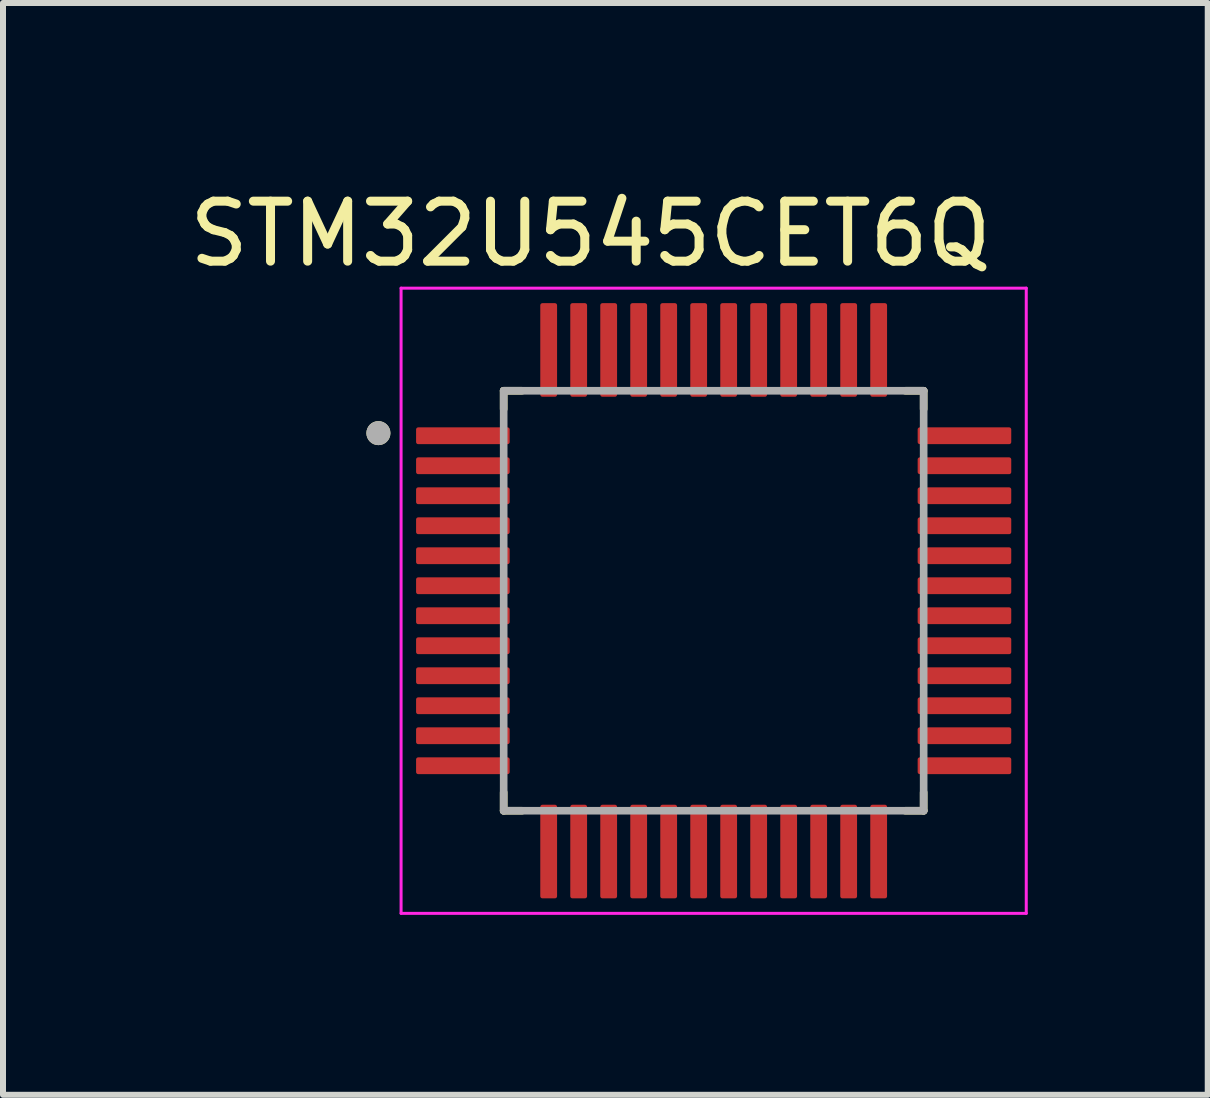
<source format=kicad_pcb>
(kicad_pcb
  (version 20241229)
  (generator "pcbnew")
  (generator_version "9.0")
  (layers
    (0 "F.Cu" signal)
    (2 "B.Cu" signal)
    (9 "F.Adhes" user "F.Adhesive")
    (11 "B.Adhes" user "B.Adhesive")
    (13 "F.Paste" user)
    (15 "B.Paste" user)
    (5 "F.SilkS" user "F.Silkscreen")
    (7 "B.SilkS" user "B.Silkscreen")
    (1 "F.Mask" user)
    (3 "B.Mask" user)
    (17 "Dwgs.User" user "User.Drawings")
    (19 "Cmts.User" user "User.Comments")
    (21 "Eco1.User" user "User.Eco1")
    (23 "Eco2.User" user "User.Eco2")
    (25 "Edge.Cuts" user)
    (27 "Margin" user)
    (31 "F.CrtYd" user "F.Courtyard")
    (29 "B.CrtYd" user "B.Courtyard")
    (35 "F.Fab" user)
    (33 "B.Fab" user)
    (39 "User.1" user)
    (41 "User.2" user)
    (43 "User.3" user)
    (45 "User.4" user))
  (footprint "STM32U545CET6Q"
    (layer "F.Cu")
    (at 8.845 6.963)
    (property "Reference" "STM32U545CET6Q" (at -2.053 -6.115 0) (layer "F.SilkS") (effects (font (size 1 1) (thickness 0.15))))
    (attr smd)
    (fp_line (start -3.5 -3.5) (end -3.5 -3.195) (stroke (width 0.127) (type solid)) (layer "F.SilkS"))
    (fp_line (start -3.5 -3.5) (end -3.195 -3.5) (stroke (width 0.127) (type solid)) (layer "F.SilkS"))
    (fp_line (start -3.5 3.5) (end -3.5 3.195) (stroke (width 0.127) (type solid)) (layer "F.SilkS"))
    (fp_line (start -3.5 3.5) (end -3.195 3.5) (stroke (width 0.127) (type solid)) (layer "F.SilkS"))
    (fp_line (start 3.5 -3.5) (end 3.195 -3.5) (stroke (width 0.127) (type solid)) (layer "F.SilkS"))
    (fp_line (start 3.5 -3.5) (end 3.5 -3.195) (stroke (width 0.127) (type solid)) (layer "F.SilkS"))
    (fp_line (start 3.5 3.5) (end 3.195 3.5) (stroke (width 0.127) (type solid)) (layer "F.SilkS"))
    (fp_line (start 3.5 3.5) (end 3.5 3.195) (stroke (width 0.127) (type solid)) (layer "F.SilkS"))
    (fp_circle (center -5.588 -2.794) (end -5.488 -2.794) (stroke (width 0.2) (type solid)) (fill no) (layer "F.SilkS"))
    (fp_line (start -5.21 -5.21) (end 5.21 -5.21) (stroke (width 0.05) (type solid)) (layer "F.CrtYd"))
    (fp_line (start -5.21 5.21) (end -5.21 -5.21) (stroke (width 0.05) (type solid)) (layer "F.CrtYd"))
    (fp_line (start -5.21 5.21) (end 5.21 5.21) (stroke (width 0.05) (type solid)) (layer "F.CrtYd"))
    (fp_line (start 5.21 5.21) (end 5.21 -5.21) (stroke (width 0.05) (type solid)) (layer "F.CrtYd"))
    (fp_line (start -3.5 3.5) (end -3.5 -3.5) (stroke (width 0.127) (type solid)) (layer "F.Fab"))
    (fp_line (start 3.5 -3.5) (end -3.5 -3.5) (stroke (width 0.127) (type solid)) (layer "F.Fab"))
    (fp_line (start 3.5 3.5) (end -3.5 3.5) (stroke (width 0.127) (type solid)) (layer "F.Fab"))
    (fp_line (start 3.5 3.5) (end 3.5 -3.5) (stroke (width 0.127) (type solid)) (layer "F.Fab"))
    (fp_circle (center -5.588 -2.794) (end -5.488 -2.794) (stroke (width 0.2) (type solid)) (fill no) (layer "F.Fab"))
    (pad "1" smd roundrect (at -4.18 -2.75) (size 1.56 0.28) (layers "F.Cu" "F.Mask" "F.Paste") (roundrect_rratio 0.125))
    (pad "2" smd roundrect (at -4.18 -2.25) (size 1.56 0.28) (layers "F.Cu" "F.Mask" "F.Paste") (roundrect_rratio 0.125))
    (pad "3" smd roundrect (at -4.18 -1.75) (size 1.56 0.28) (layers "F.Cu" "F.Mask" "F.Paste") (roundrect_rratio 0.125))
    (pad "4" smd roundrect (at -4.18 -1.25) (size 1.56 0.28) (layers "F.Cu" "F.Mask" "F.Paste") (roundrect_rratio 0.125))
    (pad "5" smd roundrect (at -4.18 -0.75) (size 1.56 0.28) (layers "F.Cu" "F.Mask" "F.Paste") (roundrect_rratio 0.125))
    (pad "6" smd roundrect (at -4.18 -0.25) (size 1.56 0.28) (layers "F.Cu" "F.Mask" "F.Paste") (roundrect_rratio 0.125))
    (pad "7" smd roundrect (at -4.18 0.25) (size 1.56 0.28) (layers "F.Cu" "F.Mask" "F.Paste") (roundrect_rratio 0.125))
    (pad "8" smd roundrect (at -4.18 0.75) (size 1.56 0.28) (layers "F.Cu" "F.Mask" "F.Paste") (roundrect_rratio 0.125))
    (pad "9" smd roundrect (at -4.18 1.25) (size 1.56 0.28) (layers "F.Cu" "F.Mask" "F.Paste") (roundrect_rratio 0.125))
    (pad "10" smd roundrect (at -4.18 1.75) (size 1.56 0.28) (layers "F.Cu" "F.Mask" "F.Paste") (roundrect_rratio 0.125))
    (pad "11" smd roundrect (at -4.18 2.25) (size 1.56 0.28) (layers "F.Cu" "F.Mask" "F.Paste") (roundrect_rratio 0.125))
    (pad "12" smd roundrect (at -4.18 2.75) (size 1.56 0.28) (layers "F.Cu" "F.Mask" "F.Paste") (roundrect_rratio 0.125))
    (pad "13" smd roundrect (at -2.75 4.18) (size 0.28 1.56) (layers "F.Cu" "F.Mask" "F.Paste") (roundrect_rratio 0.125))
    (pad "14" smd roundrect (at -2.25 4.18) (size 0.28 1.56) (layers "F.Cu" "F.Mask" "F.Paste") (roundrect_rratio 0.125))
    (pad "15" smd roundrect (at -1.75 4.18) (size 0.28 1.56) (layers "F.Cu" "F.Mask" "F.Paste") (roundrect_rratio 0.125))
    (pad "16" smd roundrect (at -1.25 4.18) (size 0.28 1.56) (layers "F.Cu" "F.Mask" "F.Paste") (roundrect_rratio 0.125))
    (pad "17" smd roundrect (at -0.75 4.18) (size 0.28 1.56) (layers "F.Cu" "F.Mask" "F.Paste") (roundrect_rratio 0.125))
    (pad "18" smd roundrect (at -0.25 4.18) (size 0.28 1.56) (layers "F.Cu" "F.Mask" "F.Paste") (roundrect_rratio 0.125))
    (pad "19" smd roundrect (at 0.25 4.18) (size 0.28 1.56) (layers "F.Cu" "F.Mask" "F.Paste") (roundrect_rratio 0.125))
    (pad "20" smd roundrect (at 0.75 4.18) (size 0.28 1.56) (layers "F.Cu" "F.Mask" "F.Paste") (roundrect_rratio 0.125))
    (pad "21" smd roundrect (at 1.25 4.18) (size 0.28 1.56) (layers "F.Cu" "F.Mask" "F.Paste") (roundrect_rratio 0.125))
    (pad "22" smd roundrect (at 1.75 4.18) (size 0.28 1.56) (layers "F.Cu" "F.Mask" "F.Paste") (roundrect_rratio 0.125))
    (pad "23" smd roundrect (at 2.25 4.18) (size 0.28 1.56) (layers "F.Cu" "F.Mask" "F.Paste") (roundrect_rratio 0.125))
    (pad "24" smd roundrect (at 2.75 4.18) (size 0.28 1.56) (layers "F.Cu" "F.Mask" "F.Paste") (roundrect_rratio 0.125))
    (pad "25" smd roundrect (at 4.18 2.75) (size 1.56 0.28) (layers "F.Cu" "F.Mask" "F.Paste") (roundrect_rratio 0.125))
    (pad "26" smd roundrect (at 4.18 2.25) (size 1.56 0.28) (layers "F.Cu" "F.Mask" "F.Paste") (roundrect_rratio 0.125))
    (pad "27" smd roundrect (at 4.18 1.75) (size 1.56 0.28) (layers "F.Cu" "F.Mask" "F.Paste") (roundrect_rratio 0.125))
    (pad "28" smd roundrect (at 4.18 1.25) (size 1.56 0.28) (layers "F.Cu" "F.Mask" "F.Paste") (roundrect_rratio 0.125))
    (pad "29" smd roundrect (at 4.18 0.75) (size 1.56 0.28) (layers "F.Cu" "F.Mask" "F.Paste") (roundrect_rratio 0.125))
    (pad "30" smd roundrect (at 4.18 0.25) (size 1.56 0.28) (layers "F.Cu" "F.Mask" "F.Paste") (roundrect_rratio 0.125))
    (pad "31" smd roundrect (at 4.18 -0.25) (size 1.56 0.28) (layers "F.Cu" "F.Mask" "F.Paste") (roundrect_rratio 0.125))
    (pad "32" smd roundrect (at 4.18 -0.75) (size 1.56 0.28) (layers "F.Cu" "F.Mask" "F.Paste") (roundrect_rratio 0.125))
    (pad "33" smd roundrect (at 4.18 -1.25) (size 1.56 0.28) (layers "F.Cu" "F.Mask" "F.Paste") (roundrect_rratio 0.125))
    (pad "34" smd roundrect (at 4.18 -1.75) (size 1.56 0.28) (layers "F.Cu" "F.Mask" "F.Paste") (roundrect_rratio 0.125))
    (pad "35" smd roundrect (at 4.18 -2.25) (size 1.56 0.28) (layers "F.Cu" "F.Mask" "F.Paste") (roundrect_rratio 0.125))
    (pad "36" smd roundrect (at 4.18 -2.75) (size 1.56 0.28) (layers "F.Cu" "F.Mask" "F.Paste") (roundrect_rratio 0.125))
    (pad "37" smd roundrect (at 2.75 -4.18) (size 0.28 1.56) (layers "F.Cu" "F.Mask" "F.Paste") (roundrect_rratio 0.125))
    (pad "38" smd roundrect (at 2.25 -4.18) (size 0.28 1.56) (layers "F.Cu" "F.Mask" "F.Paste") (roundrect_rratio 0.125))
    (pad "39" smd roundrect (at 1.75 -4.18) (size 0.28 1.56) (layers "F.Cu" "F.Mask" "F.Paste") (roundrect_rratio 0.125))
    (pad "40" smd roundrect (at 1.25 -4.18) (size 0.28 1.56) (layers "F.Cu" "F.Mask" "F.Paste") (roundrect_rratio 0.125))
    (pad "41" smd roundrect (at 0.75 -4.18) (size 0.28 1.56) (layers "F.Cu" "F.Mask" "F.Paste") (roundrect_rratio 0.125))
    (pad "42" smd roundrect (at 0.25 -4.18) (size 0.28 1.56) (layers "F.Cu" "F.Mask" "F.Paste") (roundrect_rratio 0.125))
    (pad "43" smd roundrect (at -0.25 -4.18) (size 0.28 1.56) (layers "F.Cu" "F.Mask" "F.Paste") (roundrect_rratio 0.125))
    (pad "44" smd roundrect (at -0.75 -4.18) (size 0.28 1.56) (layers "F.Cu" "F.Mask" "F.Paste") (roundrect_rratio 0.125))
    (pad "45" smd roundrect (at -1.25 -4.18) (size 0.28 1.56) (layers "F.Cu" "F.Mask" "F.Paste") (roundrect_rratio 0.125))
    (pad "46" smd roundrect (at -1.75 -4.18) (size 0.28 1.56) (layers "F.Cu" "F.Mask" "F.Paste") (roundrect_rratio 0.125))
    (pad "47" smd roundrect (at -2.25 -4.18) (size 0.28 1.56) (layers "F.Cu" "F.Mask" "F.Paste") (roundrect_rratio 0.125))
    (pad "48" smd roundrect (at -2.75 -4.18) (size 0.28 1.56) (layers "F.Cu" "F.Mask" "F.Paste") (roundrect_rratio 0.125)))
  (gr_rect
    (start -3 -3)
    (end 17.08 15.198)
    (stroke (width 0.1) (type default))
    (fill no)
    (layer "Edge.Cuts")))
</source>
